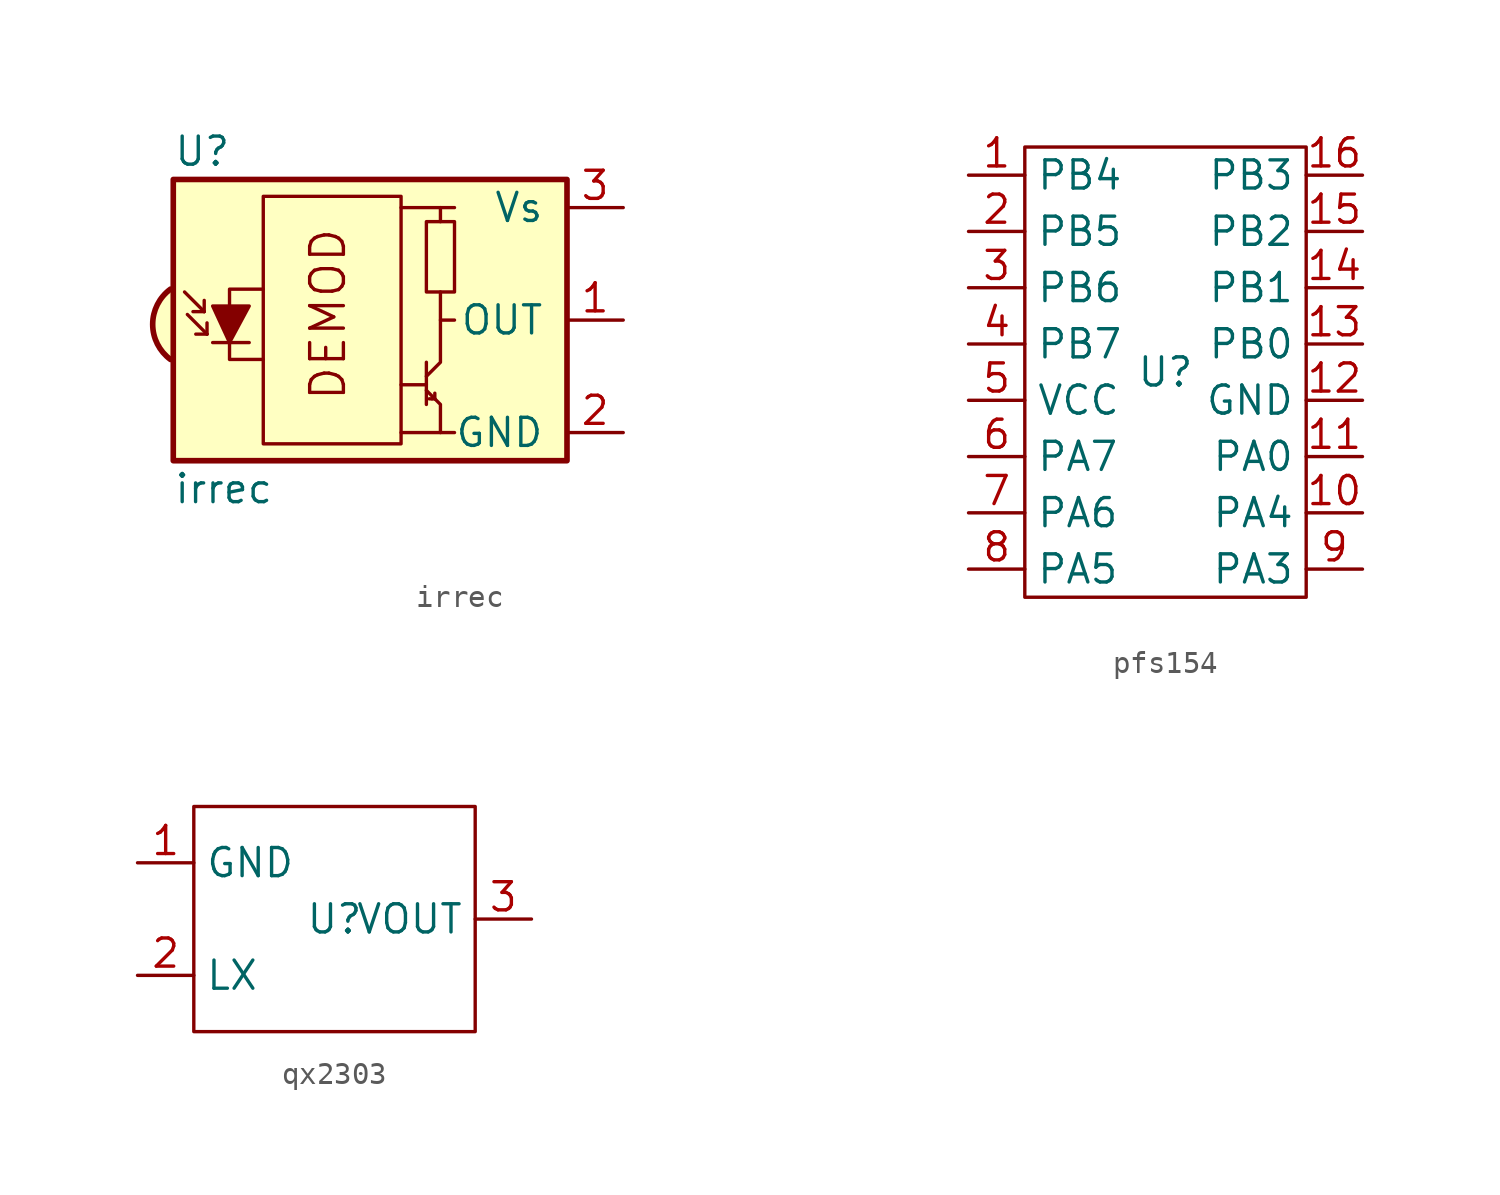
<source format=kicad_sym>
(kicad_symbol_lib
  (version 20241209)
  (generator "kicad_symbol_editor")
  (generator_version "9.0")
  (symbol "irrec"
    (pin_names
      (offset 1.016))
    (property "Reference" "U"
      (at -10.16 7.62 0)
      (effects (font (size 1.27 1.27)) (justify left)))
    (property "Value" "irrec"
      (at -10.16 -7.62 0)
      (effects (font (size 1.27 1.27)) (justify left)))
    (property "Footprint" ""
      (at -1.27 -9.525 0)
      (effects (font (size 1.27 1.27))))
    (property "Datasheet" ""
      (at 16.51 7.62 0)
      (effects (font (size 1.27 1.27))))
    (property "Description" ""
      (at 0 0 0)
      (effects (font (size 1.27 1.27))))
    (symbol "irrec_0_0"
      (arc (start -10.287 -1.778) (mid -11.0899 -0.1905) (end -10.287 1.397) (stroke (width 0.254) (type default)) (fill (type background)))
      (polyline (pts (xy 1.905 5.08) (xy 0.127 5.08)) (stroke (width 0) (type default)) (fill (type none)))
      (polyline (pts (xy 1.905 -5.08) (xy 0.127 -5.08)) (stroke (width 0) (type default)) (fill (type none)))
      (text "DEMOD" (at -3.175 0.254 900) (effects (font (size 1.524 1.524)))))
    (symbol "irrec_0_1"
      (polyline (pts (xy -8.763 0.381) (xy -9.652 1.27)) (stroke (width 0) (type default)) (fill (type none)))
      (polyline (pts (xy -8.763 0.381) (xy -9.271 0.381)) (stroke (width 0) (type default)) (fill (type none)))
      (polyline (pts (xy -8.763 0.381) (xy -8.763 0.889)) (stroke (width 0) (type default)) (fill (type none)))
      (polyline (pts (xy -8.636 -0.635) (xy -9.525 0.254)) (stroke (width 0) (type default)) (fill (type none)))
      (polyline (pts (xy -8.636 -0.635) (xy -9.144 -0.635)) (stroke (width 0) (type default)) (fill (type none)))
      (polyline (pts (xy -8.636 -0.635) (xy -8.636 -0.127)) (stroke (width 0) (type default)) (fill (type none)))
      (polyline (pts (xy -8.382 0.635) (xy -6.731 0.635) (xy -7.62 -1.016) (xy -8.382 0.635)) (stroke (width 0) (type default)) (fill (type outline)))
      (polyline (pts (xy -8.382 -1.016) (xy -6.731 -1.016)) (stroke (width 0) (type default)) (fill (type none)))
      (rectangle (start -6.096 5.588) (end 0.127 -5.588) (stroke (width 0) (type default)) (fill (type none)))
      (polyline (pts (xy -6.096 1.397) (xy -7.62 1.397) (xy -7.62 -1.778) (xy -6.096 -1.778)) (stroke (width 0) (type default)) (fill (type none)))
      (polyline (pts (xy 1.27 -1.905) (xy 1.27 -3.81)) (stroke (width 0) (type default)) (fill (type none)))
      (polyline (pts (xy 1.27 -2.54) (xy 1.905 -1.905) (xy 1.905 0) (xy 2.54 0)) (stroke (width 0) (type default)) (fill (type none)))
      (polyline (pts (xy 1.27 -2.921) (xy 0.127 -2.921)) (stroke (width 0) (type default)) (fill (type none)))
      (polyline (pts (xy 1.27 -3.175) (xy 1.905 -3.81) (xy 1.905 -5.08) (xy 2.54 -5.08)) (stroke (width 0) (type default)) (fill (type none)))
      (polyline (pts (xy 1.397 -3.556) (xy 1.524 -3.556)) (stroke (width 0) (type default)) (fill (type none)))
      (polyline (pts (xy 1.651 -3.556) (xy 1.524 -3.556)) (stroke (width 0) (type default)) (fill (type none)))
      (polyline (pts (xy 1.651 -3.556) (xy 1.651 -3.302)) (stroke (width 0) (type default)) (fill (type none)))
      (polyline (pts (xy 1.905 4.445) (xy 1.905 5.08) (xy 2.54 5.08)) (stroke (width 0) (type default)) (fill (type none)))
      (polyline (pts (xy 1.905 0) (xy 1.905 1.27)) (stroke (width 0) (type default)) (fill (type none)))
      (rectangle (start 2.54 1.27) (end 1.27 4.445) (stroke (width 0) (type default)) (fill (type none)))
      (rectangle (start 7.62 6.35) (end -10.16 -6.35) (stroke (width 0.254) (type default)) (fill (type background))))
    (symbol "irrec_1_1"
      (pin power_in line (at 10.16 5.08 180) (length 2.54) (name "Vs" (effects (font (size 1.27 1.27)))) (number "3" (effects (font (size 1.27 1.27)))))
      (pin open_collector line (at 10.16 0 180) (length 2.54) (name "OUT" (effects (font (size 1.27 1.27)))) (number "1" (effects (font (size 1.27 1.27)))))
      (pin power_in line (at 10.16 -5.08 180) (length 2.54) (name "GND" (effects (font (size 1.27 1.27)))) (number "2" (effects (font (size 1.27 1.27)))))))
  (symbol "pfs154"
    (property "Reference" "U"
      (at 0 0 0)
      (effects (font (size 1.27 1.27))))
    (property "Value" ""
      (at 0 0 0)
      (effects (font (size 1.27 1.27))))
    (symbol "pfs154_0_1"
      (rectangle (start -6.35 10.16) (end 6.35 -10.16) (stroke (width 0) (type default)) (fill (type none))))
    (symbol "pfs154_1_1"
      (pin passive line (at -8.89 8.89 0) (length 2.54) (name "PB4" (effects (font (size 1.27 1.27)))) (number "1" (effects (font (size 1.27 1.27)))))
      (pin passive line (at -8.89 6.35 0) (length 2.54) (name "PB5" (effects (font (size 1.27 1.27)))) (number "2" (effects (font (size 1.27 1.27)))))
      (pin passive line (at -8.89 3.81 0) (length 2.54) (name "PB6" (effects (font (size 1.27 1.27)))) (number "3" (effects (font (size 1.27 1.27)))))
      (pin passive line (at -8.89 1.27 0) (length 2.54) (name "PB7" (effects (font (size 1.27 1.27)))) (number "4" (effects (font (size 1.27 1.27)))))
      (pin power_in line (at -8.89 -1.27 0) (length 2.54) (name "VCC" (effects (font (size 1.27 1.27)))) (number "5" (effects (font (size 1.27 1.27)))))
      (pin passive line (at -8.89 -3.81 0) (length 2.54) (name "PA7" (effects (font (size 1.27 1.27)))) (number "6" (effects (font (size 1.27 1.27)))))
      (pin passive line (at -8.89 -6.35 0) (length 2.54) (name "PA6" (effects (font (size 1.27 1.27)))) (number "7" (effects (font (size 1.27 1.27)))))
      (pin passive line (at -8.89 -8.89 0) (length 2.54) (name "PA5" (effects (font (size 1.27 1.27)))) (number "8" (effects (font (size 1.27 1.27)))))
      (pin passive line (at 8.89 8.89 180) (length 2.54) (name "PB3" (effects (font (size 1.27 1.27)))) (number "16" (effects (font (size 1.27 1.27)))))
      (pin passive line (at 8.89 6.35 180) (length 2.54) (name "PB2" (effects (font (size 1.27 1.27)))) (number "15" (effects (font (size 1.27 1.27)))))
      (pin passive line (at 8.89 3.81 180) (length 2.54) (name "PB1" (effects (font (size 1.27 1.27)))) (number "14" (effects (font (size 1.27 1.27)))))
      (pin passive line (at 8.89 1.27 180) (length 2.54) (name "PB0" (effects (font (size 1.27 1.27)))) (number "13" (effects (font (size 1.27 1.27)))))
      (pin power_in line (at 8.89 -1.27 180) (length 2.54) (name "GND" (effects (font (size 1.27 1.27)))) (number "12" (effects (font (size 1.27 1.27)))))
      (pin passive line (at 8.89 -3.81 180) (length 2.54) (name "PA0" (effects (font (size 1.27 1.27)))) (number "11" (effects (font (size 1.27 1.27)))))
      (pin passive line (at 8.89 -6.35 180) (length 2.54) (name "PA4" (effects (font (size 1.27 1.27)))) (number "10" (effects (font (size 1.27 1.27)))))
      (pin passive line (at 8.89 -8.89 180) (length 2.54) (name "PA3" (effects (font (size 1.27 1.27)))) (number "9" (effects (font (size 1.27 1.27)))))))
  (symbol "qx2303"
    (property "Reference" "U"
      (at 0 0 0)
      (effects (font (size 1.27 1.27))))
    (property "Value" ""
      (at 0 0 0)
      (effects (font (size 1.27 1.27))))
    (symbol "qx2303_1_1"
      (rectangle (start -6.35 5.08) (end 6.35 -5.08) (stroke (width 0) (type default)) (fill (type none)))
      (pin power_out line (at -8.89 2.54 0) (length 2.54) (name "GND" (effects (font (size 1.27 1.27)))) (number "1" (effects (font (size 1.27 1.27)))))
      (pin passive line (at -8.89 -2.54 0) (length 2.54) (name "LX" (effects (font (size 1.27 1.27)))) (number "2" (effects (font (size 1.27 1.27)))))
      (pin power_out line (at 8.89 0 180) (length 2.54) (name "VOUT" (effects (font (size 1.27 1.27)))) (number "3" (effects (font (size 1.27 1.27))))))))
</source>
